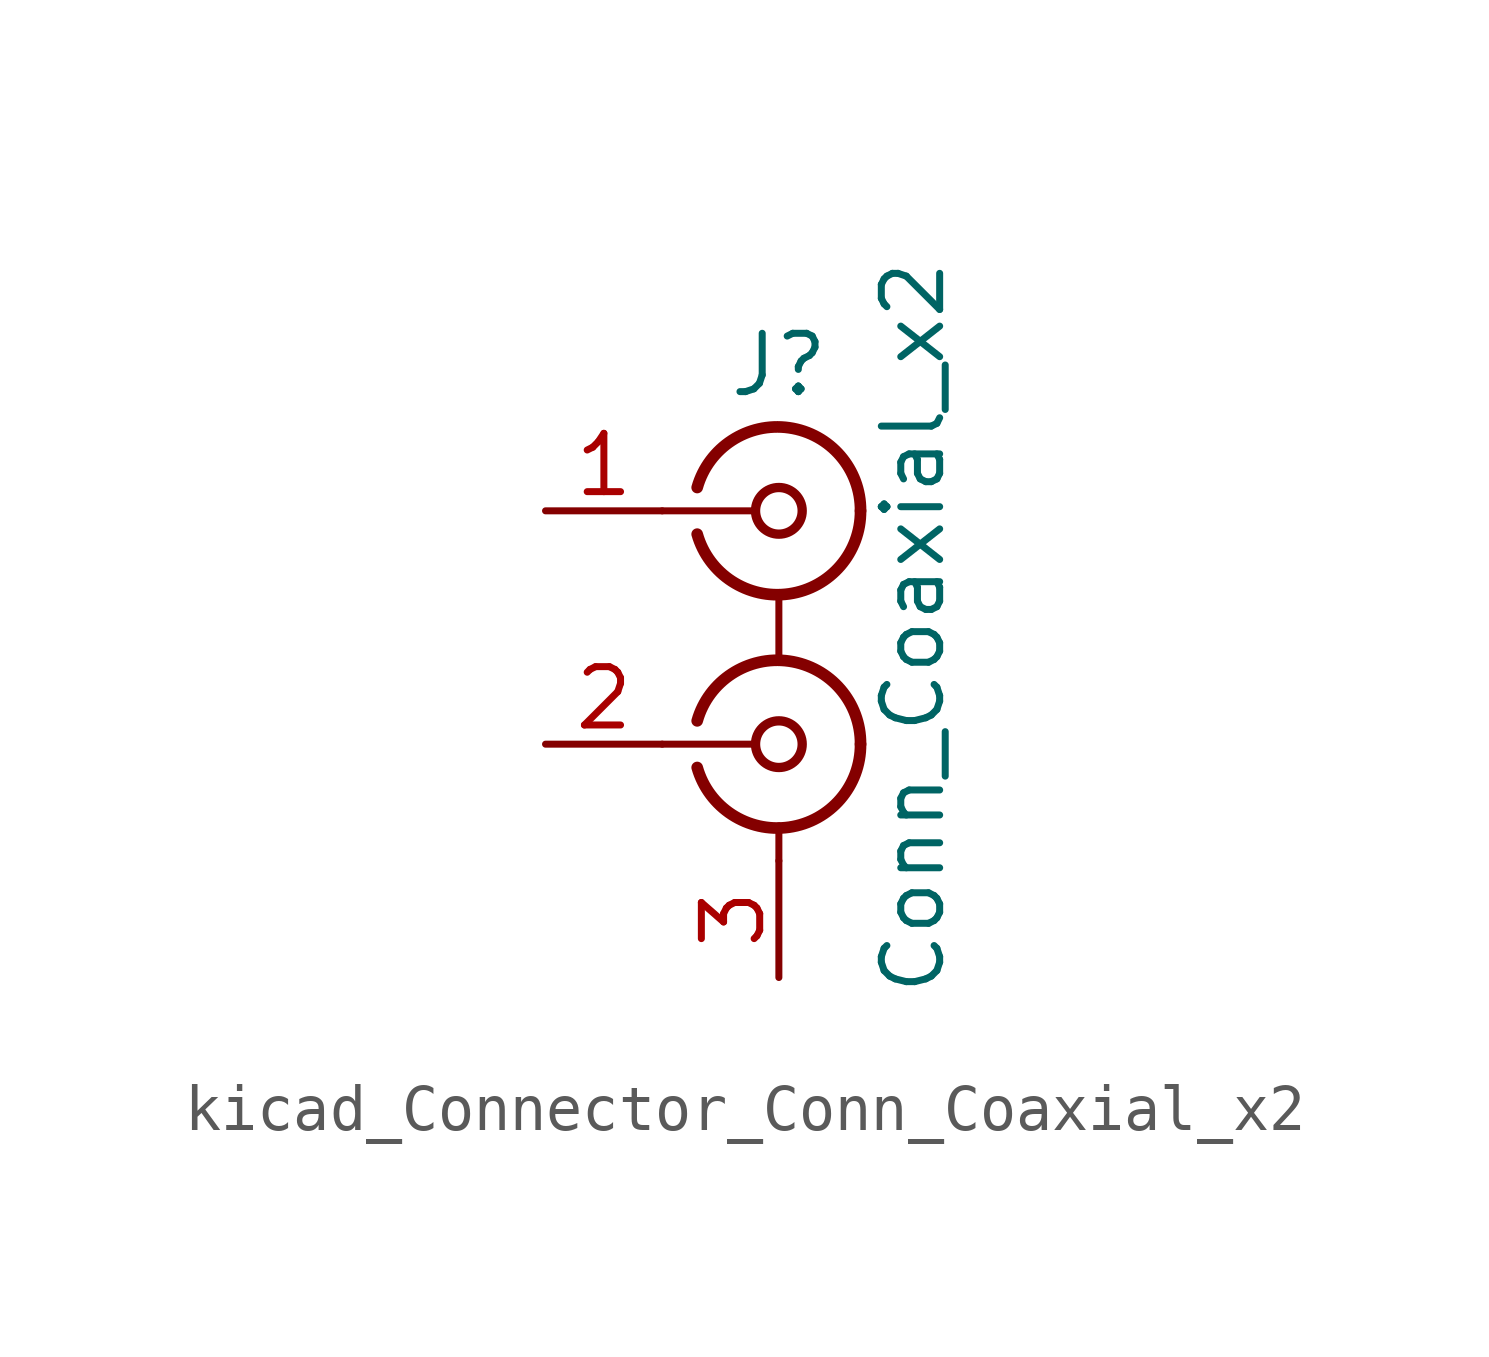
<source format=kicad_sym>
(kicad_symbol_lib
  (version 20220914)
  (generator kicad_symbol_editor)
  (symbol "kicad_Connector_Conn_Coaxial_x2"
    (pin_names
      (offset 1.016) hide)
    (property "Reference" "J"
      (at 0 5.715 0)
      (effects (font (size 1.27 1.27))))
    (property "Value" "Conn_Coaxial_x2"
      (at 2.921 0 90)
      (effects (font (size 1.27 1.27))))
    (symbol "kicad_Connector_Conn_Coaxial_x2_0_1"
      (arc (start -1.778 -3.048) (mid 0.2311 -4.3466) (end 1.778 -2.54) (stroke (width 0.254) (type default)) (fill (type none)))
      (arc (start -1.778 2.032) (mid 0.2311 0.7334) (end 1.778 2.54) (stroke (width 0.254) (type default)) (fill (type none)))
      (circle (center 0 -2.54) (radius 0.508) (stroke (width 0.203) (type default)) (fill (type none)))
      (polyline (pts (xy -2.54 -2.54) (xy -0.508 -2.54)) (stroke (width 0) (type default)) (fill (type none)))
      (polyline (pts (xy -2.54 2.54) (xy -0.508 2.54)) (stroke (width 0) (type default)) (fill (type none)))
      (polyline (pts (xy 0 -5.08) (xy 0 -4.318)) (stroke (width 0) (type default)) (fill (type none)))
      (polyline (pts (xy 0 0.762) (xy 0 -0.635)) (stroke (width 0) (type default)) (fill (type none)))
      (circle (center 0 2.54) (radius 0.508) (stroke (width 0.203) (type default)) (fill (type none)))
      (arc (start 1.778 -2.54) (mid 0.2099 -0.7299) (end -1.778 -2.032) (stroke (width 0.254) (type default)) (fill (type none)))
      (arc (start 1.778 2.54) (mid 0.2099 4.3501) (end -1.778 3.048) (stroke (width 0.254) (type default)) (fill (type none))))
    (symbol "kicad_Connector_Conn_Coaxial_x2_1_1"
      (pin passive line (at -5.08 2.54 0) (length 2.54) (name "IN1" (effects (font (size 1.27 1.27)))) (number "1" (effects (font (size 1.27 1.27)))))
      (pin passive line (at -5.08 -2.54 0) (length 2.54) (name "IN2" (effects (font (size 1.27 1.27)))) (number "2" (effects (font (size 1.27 1.27)))))
      (pin passive line (at 0 -7.62 90) (length 2.54) (name "EXT" (effects (font (size 1.27 1.27)))) (number "3" (effects (font (size 1.27 1.27))))))))
</source>
